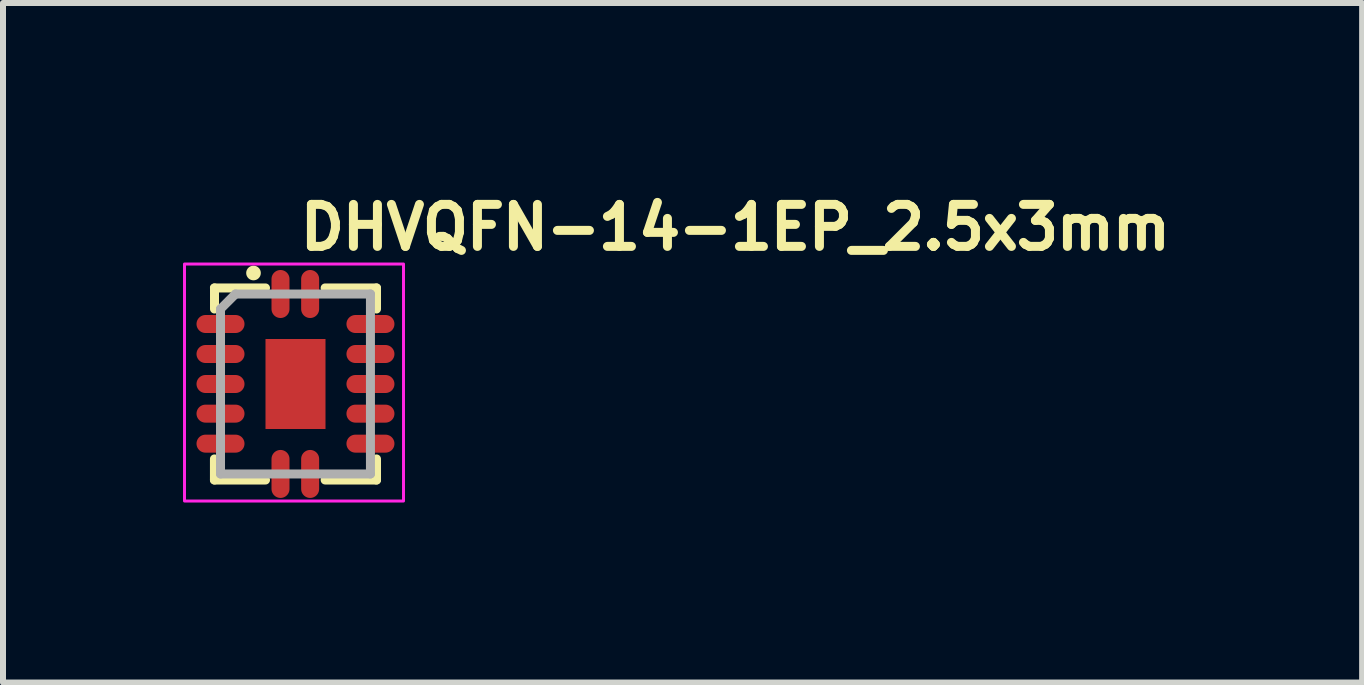
<source format=kicad_pcb>
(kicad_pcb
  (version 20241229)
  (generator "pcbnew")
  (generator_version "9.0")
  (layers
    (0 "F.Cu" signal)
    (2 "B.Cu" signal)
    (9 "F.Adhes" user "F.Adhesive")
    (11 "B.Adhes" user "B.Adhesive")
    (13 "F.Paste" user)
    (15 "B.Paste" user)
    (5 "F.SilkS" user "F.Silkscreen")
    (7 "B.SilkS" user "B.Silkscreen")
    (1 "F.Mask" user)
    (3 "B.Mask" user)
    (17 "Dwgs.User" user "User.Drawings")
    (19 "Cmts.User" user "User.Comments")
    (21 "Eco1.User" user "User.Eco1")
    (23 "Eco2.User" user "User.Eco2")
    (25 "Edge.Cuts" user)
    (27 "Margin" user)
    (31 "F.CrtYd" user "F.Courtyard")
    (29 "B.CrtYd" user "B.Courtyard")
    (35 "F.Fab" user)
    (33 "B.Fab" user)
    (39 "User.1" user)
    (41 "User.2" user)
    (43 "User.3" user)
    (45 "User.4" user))
  (footprint "DHVQFN-14-1EP_2.5x3mm"
    (layer "F.Cu")
    (at 1.875 3.35)
    (property "Reference" "DHVQFN-14-1EP_2.5x3mm" (at 0 -2.2 0) (layer "F.SilkS") (effects (font (size 0.7 0.7) (thickness 0.15)) (justify left bottom)))
    (attr smd)
    (fp_line (start -1.351 -1.601) (end -0.5 -1.601) (stroke (width 0.15) (type solid)) (layer "F.SilkS"))
    (fp_line (start -1.351 1.6) (end -1.351 1.249) (stroke (width 0.15) (type solid)) (layer "F.SilkS"))
    (fp_line (start -1.351 1.6) (end -0.5 1.6) (stroke (width 0.15) (type solid)) (layer "F.SilkS"))
    (fp_line (start -1.35 -1.601) (end -1.35 -1.25) (stroke (width 0.15) (type solid)) (layer "F.SilkS"))
    (fp_line (start 0.494 1.6) (end 1.35 1.6) (stroke (width 0.15) (type solid)) (layer "F.SilkS"))
    (fp_line (start 1.35 -1.601) (end 0.494 -1.601) (stroke (width 0.15) (type solid)) (layer "F.SilkS"))
    (fp_line (start 1.35 -1.601) (end 1.35 -1.25) (stroke (width 0.15) (type solid)) (layer "F.SilkS"))
    (fp_line (start 1.35 1.6) (end 1.35 1.249) (stroke (width 0.15) (type solid)) (layer "F.SilkS"))
    (fp_circle (center -0.7 -1.85) (end -0.653 -1.85) (stroke (width 0.15) (type solid)) (fill yes) (layer "F.SilkS"))
    (fp_rect (start -1.85 -2) (end 1.8 1.95) (stroke (width 0.05) (type solid)) (fill no) (layer "F.CrtYd"))
    (fp_line (start -1.25 -1.25) (end -1 -1.5) (stroke (width 0.15) (type solid)) (layer "F.Fab"))
    (fp_line (start -1.25 1.499) (end -1.25 -1.25) (stroke (width 0.15) (type solid)) (layer "F.Fab"))
    (fp_line (start -1 -1.5) (end 1.249 -1.5) (stroke (width 0.15) (type solid)) (layer "F.Fab"))
    (fp_line (start 1.249 -1.5) (end 1.249 1.499) (stroke (width 0.15) (type solid)) (layer "F.Fab"))
    (fp_line (start 1.249 1.499) (end -1.25 1.499) (stroke (width 0.15) (type solid)) (layer "F.Fab"))
    (fp_rect (start -1.252 -1.502) (end 1.249 1.499) (stroke (width 0.1) (type solid)) (fill no) (layer "User.5"))
    (fp_line (start -1.252 -1.125) (end -1.25 -1.125) (stroke (width 0.02) (type solid)) (layer "User.9"))
    (fp_line (start -1.252 -0.875) (end -1.252 -1.125) (stroke (width 0.02) (type solid)) (layer "User.9"))
    (fp_line (start -1.252 -0.625) (end -1.25 -0.625) (stroke (width 0.02) (type solid)) (layer "User.9"))
    (fp_line (start -1.252 -0.375) (end -1.252 -0.625) (stroke (width 0.02) (type solid)) (layer "User.9"))
    (fp_line (start -1.252 -0.125) (end -1.25 -0.125) (stroke (width 0.02) (type solid)) (layer "User.9"))
    (fp_line (start -1.252 0.123) (end -1.252 -0.125) (stroke (width 0.02) (type solid)) (layer "User.9"))
    (fp_line (start -1.252 0.373) (end -1.25 0.373) (stroke (width 0.02) (type solid)) (layer "User.9"))
    (fp_line (start -1.252 0.623) (end -1.252 0.373) (stroke (width 0.02) (type solid)) (layer "User.9"))
    (fp_line (start -1.252 0.873) (end -1.25 0.873) (stroke (width 0.02) (type solid)) (layer "User.9"))
    (fp_line (start -1.252 1.124) (end -1.252 0.873) (stroke (width 0.02) (type solid)) (layer "User.9"))
    (fp_line (start -1.25 -1.5) (end -1.25 1.499) (stroke (width 0.02) (type solid)) (layer "User.9"))
    (fp_line (start -1.25 -0.875) (end -1.252 -0.875) (stroke (width 0.02) (type solid)) (layer "User.9"))
    (fp_line (start -1.25 -0.375) (end -1.252 -0.375) (stroke (width 0.02) (type solid)) (layer "User.9"))
    (fp_line (start -1.25 0.123) (end -1.252 0.123) (stroke (width 0.02) (type solid)) (layer "User.9"))
    (fp_line (start -1.25 0.623) (end -1.252 0.623) (stroke (width 0.02) (type solid)) (layer "User.9"))
    (fp_line (start -1.25 1.124) (end -1.252 1.124) (stroke (width 0.02) (type solid)) (layer "User.9"))
    (fp_line (start -1.25 1.499) (end 1.249 1.499) (stroke (width 0.02) (type solid)) (layer "User.9"))
    (fp_line (start -0.375 -1.502) (end -0.125 -1.502) (stroke (width 0.02) (type solid)) (layer "User.9"))
    (fp_line (start -0.375 -1.5) (end -0.375 -1.502) (stroke (width 0.02) (type solid)) (layer "User.9"))
    (fp_line (start -0.375 1.499) (end -0.375 1.499) (stroke (width 0.02) (type solid)) (layer "User.9"))
    (fp_line (start -0.125 -1.502) (end -0.125 -1.5) (stroke (width 0.02) (type solid)) (layer "User.9"))
    (fp_line (start -0.125 1.499) (end -0.375 1.499) (stroke (width 0.02) (type solid)) (layer "User.9"))
    (fp_line (start -0.125 1.499) (end -0.125 1.499) (stroke (width 0.02) (type solid)) (layer "User.9"))
    (fp_line (start 0.123 -1.502) (end 0.373 -1.502) (stroke (width 0.02) (type solid)) (layer "User.9"))
    (fp_line (start 0.123 -1.5) (end 0.123 -1.502) (stroke (width 0.02) (type solid)) (layer "User.9"))
    (fp_line (start 0.123 1.499) (end 0.123 1.499) (stroke (width 0.02) (type solid)) (layer "User.9"))
    (fp_line (start 0.373 -1.502) (end 0.373 -1.5) (stroke (width 0.02) (type solid)) (layer "User.9"))
    (fp_line (start 0.373 1.499) (end 0.123 1.499) (stroke (width 0.02) (type solid)) (layer "User.9"))
    (fp_line (start 0.373 1.499) (end 0.373 1.499) (stroke (width 0.02) (type solid)) (layer "User.9"))
    (fp_line (start 1.249 -1.5) (end -1.25 -1.5) (stroke (width 0.02) (type solid)) (layer "User.9"))
    (fp_line (start 1.249 -1.125) (end 1.249 -1.125) (stroke (width 0.02) (type solid)) (layer "User.9"))
    (fp_line (start 1.249 -1.125) (end 1.249 -0.875) (stroke (width 0.02) (type solid)) (layer "User.9"))
    (fp_line (start 1.249 -0.875) (end 1.249 -0.875) (stroke (width 0.02) (type solid)) (layer "User.9"))
    (fp_line (start 1.249 -0.625) (end 1.249 -0.625) (stroke (width 0.02) (type solid)) (layer "User.9"))
    (fp_line (start 1.249 -0.625) (end 1.249 -0.375) (stroke (width 0.02) (type solid)) (layer "User.9"))
    (fp_line (start 1.249 -0.375) (end 1.249 -0.375) (stroke (width 0.02) (type solid)) (layer "User.9"))
    (fp_line (start 1.249 -0.125) (end 1.249 -0.125) (stroke (width 0.02) (type solid)) (layer "User.9"))
    (fp_line (start 1.249 -0.125) (end 1.249 0.123) (stroke (width 0.02) (type solid)) (layer "User.9"))
    (fp_line (start 1.249 0.123) (end 1.249 0.123) (stroke (width 0.02) (type solid)) (layer "User.9"))
    (fp_line (start 1.249 0.373) (end 1.249 0.373) (stroke (width 0.02) (type solid)) (layer "User.9"))
    (fp_line (start 1.249 0.373) (end 1.249 0.623) (stroke (width 0.02) (type solid)) (layer "User.9"))
    (fp_line (start 1.249 0.623) (end 1.249 0.623) (stroke (width 0.02) (type solid)) (layer "User.9"))
    (fp_line (start 1.249 0.873) (end 1.249 0.873) (stroke (width 0.02) (type solid)) (layer "User.9"))
    (fp_line (start 1.249 0.873) (end 1.249 1.124) (stroke (width 0.02) (type solid)) (layer "User.9"))
    (fp_line (start 1.249 1.124) (end 1.249 1.124) (stroke (width 0.02) (type solid)) (layer "User.9"))
    (fp_line (start 1.249 1.499) (end 1.249 -1.5) (stroke (width 0.02) (type solid)) (layer "User.9"))
    (fp_circle (center -1 -1.25) (end -0.9 -1.25) (stroke (width 0.02) (type solid)) (fill no) (layer "User.9"))
    (pad "1" smd oval (at -0.25 -1.5) (size 0.3 0.8) (layers "F.Cu" "F.Mask" "F.Paste"))
    (pad "2" smd oval (at -1.25 -1 90) (size 0.3 0.8) (layers "F.Cu" "F.Mask" "F.Paste"))
    (pad "3" smd oval (at -1.25 -0.5 90) (size 0.3 0.8) (layers "F.Cu" "F.Mask" "F.Paste"))
    (pad "4" smd oval (at -1.25 0 90) (size 0.3 0.8) (layers "F.Cu" "F.Mask" "F.Paste"))
    (pad "5" smd oval (at -1.25 0.494 90) (size 0.3 0.8) (layers "F.Cu" "F.Mask" "F.Paste"))
    (pad "6" smd oval (at -1.25 0.994 90) (size 0.3 0.8) (layers "F.Cu" "F.Mask" "F.Paste"))
    (pad "7" smd oval (at -0.25 1.499) (size 0.3 0.8) (layers "F.Cu" "F.Mask" "F.Paste"))
    (pad "8" smd oval (at 0.244 1.499) (size 0.3 0.8) (layers "F.Cu" "F.Mask" "F.Paste"))
    (pad "9" smd oval (at 1.249 0.994 90) (size 0.3 0.8) (layers "F.Cu" "F.Mask" "F.Paste"))
    (pad "10" smd oval (at 1.249 0.494 90) (size 0.3 0.8) (layers "F.Cu" "F.Mask" "F.Paste"))
    (pad "11" smd oval (at 1.249 0 90) (size 0.3 0.8) (layers "F.Cu" "F.Mask" "F.Paste"))
    (pad "12" smd oval (at 1.249 -0.5 90) (size 0.3 0.8) (layers "F.Cu" "F.Mask" "F.Paste"))
    (pad "13" smd oval (at 1.249 -1 90) (size 0.3 0.8) (layers "F.Cu" "F.Mask" "F.Paste"))
    (pad "14" smd oval (at 0.244 -1.5) (size 0.3 0.8) (layers "F.Cu" "F.Mask" "F.Paste"))
    (pad "15" smd rect (at 0 0) (size 1 1.5) (layers "F.Cu" "F.Mask" "F.Paste")))
  (gr_rect
    (start -3 -3)
    (end 19.652 8.325)
    (stroke (width 0.1) (type default))
    (fill no)
    (layer "Edge.Cuts")))
</source>
